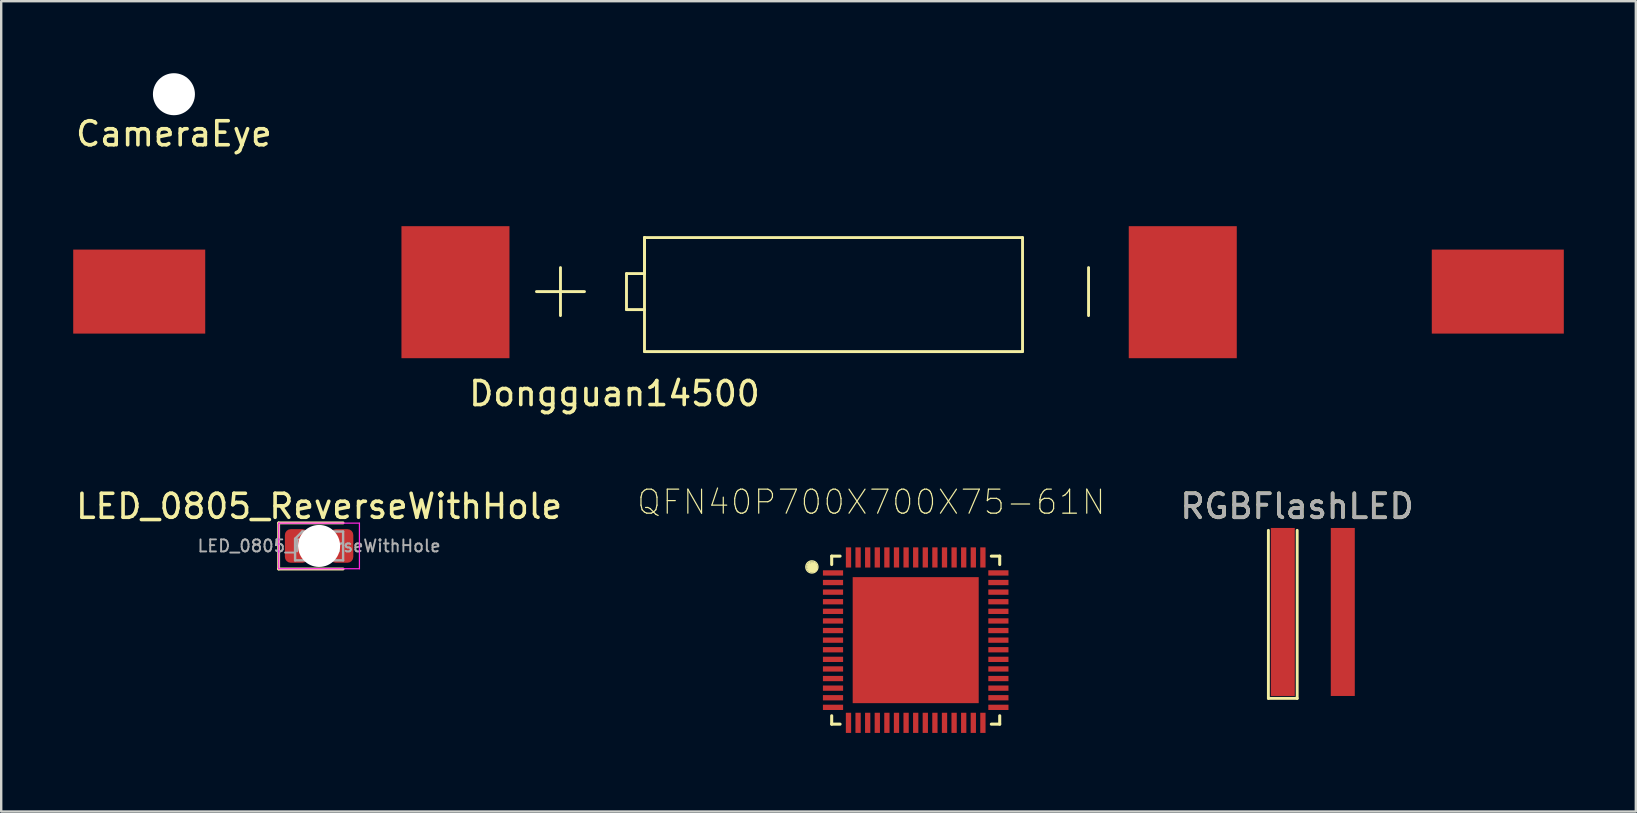
<source format=kicad_pcb>
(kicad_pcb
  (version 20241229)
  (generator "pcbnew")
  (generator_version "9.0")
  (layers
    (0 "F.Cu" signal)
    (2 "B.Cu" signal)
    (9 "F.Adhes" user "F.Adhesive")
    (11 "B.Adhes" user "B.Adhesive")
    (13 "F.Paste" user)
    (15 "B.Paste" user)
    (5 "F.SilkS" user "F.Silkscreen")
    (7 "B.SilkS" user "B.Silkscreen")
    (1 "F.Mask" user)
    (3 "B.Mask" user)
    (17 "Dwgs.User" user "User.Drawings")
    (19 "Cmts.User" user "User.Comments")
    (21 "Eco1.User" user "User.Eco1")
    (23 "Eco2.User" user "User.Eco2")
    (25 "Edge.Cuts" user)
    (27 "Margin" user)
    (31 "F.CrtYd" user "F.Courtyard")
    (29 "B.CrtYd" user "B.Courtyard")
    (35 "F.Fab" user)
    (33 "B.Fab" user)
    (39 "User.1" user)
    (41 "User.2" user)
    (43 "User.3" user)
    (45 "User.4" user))
  (footprint "Dongguan14500"
    (layer "F.Cu")
    (at 31.05 9.098)
    (property "Reference" "Dongguan14500" (at -8.5 4.25 0) (layer "F.SilkS") (effects (font (size 1 1) (thickness 0.15))))
    (attr through_hole)
    (fp_line (start -11.75 0) (end -9.75 0) (stroke (width 0.12) (type solid)) (layer "F.SilkS"))
    (fp_line (start -10.75 -1) (end -10.75 1) (stroke (width 0.12) (type solid)) (layer "F.SilkS"))
    (fp_line (start -8 -0.75) (end -8 0.75) (stroke (width 0.12) (type solid)) (layer "F.SilkS"))
    (fp_line (start -8 0.75) (end -7.25 0.75) (stroke (width 0.12) (type solid)) (layer "F.SilkS"))
    (fp_line (start -7.25 -2.25) (end -7.25 -0.75) (stroke (width 0.12) (type solid)) (layer "F.SilkS"))
    (fp_line (start -7.25 -2.25) (end 8.5 -2.25) (stroke (width 0.12) (type solid)) (layer "F.SilkS"))
    (fp_line (start -7.25 -0.75) (end -8 -0.75) (stroke (width 0.12) (type solid)) (layer "F.SilkS"))
    (fp_line (start -7.25 2.5) (end -7.25 -2.25) (stroke (width 0.12) (type solid)) (layer "F.SilkS"))
    (fp_line (start 8.5 -2.25) (end 8.5 2.5) (stroke (width 0.12) (type solid)) (layer "F.SilkS"))
    (fp_line (start 8.5 2.5) (end -7.25 2.5) (stroke (width 0.12) (type solid)) (layer "F.SilkS"))
    (fp_line (start 11.25 -1) (end 11.25 1) (stroke (width 0.12) (type solid)) (layer "F.SilkS"))
    (pad "1" smd rect (at -28.3 0) (size 5.5 3.5) (layers "F.Cu" "F.Mask" "F.Paste"))
    (pad "1" smd rect (at -15.125 0.025) (size 4.5 5.5) (layers "F.Cu" "F.Mask" "F.Paste"))
    (pad "2" smd rect (at 15.175 0.025) (size 4.5 5.5) (layers "F.Cu" "F.Mask" "F.Paste"))
    (pad "2" smd rect (at 28.3 0) (size 5.5 3.5) (layers "F.Cu" "F.Mask" "F.Paste")))
  (footprint "CameraEye"
    (layer "F.Cu")
    (at 4.196 0.875)
    (property "Reference" "CameraEye" (at 0 1.65 0) (layer "F.SilkS") (effects (font (size 1 1) (thickness 0.15))))
    (attr through_hole)
    (pad "" np_thru_hole circle (at 0 0) (size 1.75 1.75) (drill 1.75) (layers "*.Cu" "*.Mask")))
  (footprint "QFN40P700X700X75-61N"
    (layer "F.Cu")
    (at 35.099 23.619)
    (property "Reference" "QFN40P700X700X75-61N" (at -1.85 -5.75 0) (layer "F.SilkS") (effects (font (size 1 1) (thickness 0.05))))
    (attr smd)
    (fp_line (start -3.5 -3.5) (end -3.5 -3.15) (stroke (width 0.127) (type solid)) (layer "F.SilkS"))
    (fp_line (start -3.5 -3.5) (end -3.15 -3.5) (stroke (width 0.127) (type solid)) (layer "F.SilkS"))
    (fp_line (start -3.5 3.5) (end -3.5 3.15) (stroke (width 0.127) (type solid)) (layer "F.SilkS"))
    (fp_line (start -3.5 3.5) (end -3.15 3.5) (stroke (width 0.127) (type solid)) (layer "F.SilkS"))
    (fp_line (start 3.5 -3.5) (end 3.15 -3.5) (stroke (width 0.127) (type solid)) (layer "F.SilkS"))
    (fp_line (start 3.5 -3.5) (end 3.5 -3.15) (stroke (width 0.127) (type solid)) (layer "F.SilkS"))
    (fp_line (start 3.5 3.5) (end 3.15 3.5) (stroke (width 0.127) (type solid)) (layer "F.SilkS"))
    (fp_line (start 3.5 3.5) (end 3.5 3.15) (stroke (width 0.127) (type solid)) (layer "F.SilkS"))
    (fp_circle (center -4.4 -3.05) (end -4.375 -3.05) (stroke (width 0.05) (type solid)) (fill no) (layer "F.SilkS"))
    (fp_circle (center -4.35 -3.05) (end -4.225 -3.025) (stroke (width 0.05) (type solid)) (fill no) (layer "F.SilkS"))
    (fp_circle (center -4.325 -3.1) (end -4.325 -3.05) (stroke (width 0.05) (type solid)) (fill no) (layer "F.SilkS"))
    (fp_circle (center -4.325 -3.075) (end -4.325 -3.05) (stroke (width 0.05) (type solid)) (fill no) (layer "F.SilkS"))
    (fp_circle (center -4.325 -3.05) (end -4.575 -3) (stroke (width 0.05) (type solid)) (fill no) (layer "F.SilkS"))
    (fp_circle (center -4.325 -3.05) (end -4.5 -3.025) (stroke (width 0.05) (type solid)) (fill no) (layer "F.SilkS"))
    (fp_circle (center -4.325 -3.05) (end -4.475 -2.9) (stroke (width 0.05) (type solid)) (fill no) (layer "F.SilkS"))
    (fp_circle (center -4.325 -3.05) (end -4.3 -3.05) (stroke (width 0.05) (type solid)) (fill no) (layer "F.SilkS"))
    (fp_circle (center -4.325 -3.025) (end -4.325 -3.075) (stroke (width 0.05) (type solid)) (fill no) (layer "F.SilkS"))
    (fp_circle (center -4.325 -3.025) (end -4.325 -3.05) (stroke (width 0.05) (type solid)) (fill no) (layer "F.SilkS"))
    (fp_circle (center -4.3 -3.05) (end -4.425 -3.025) (stroke (width 0.05) (type solid)) (fill no) (layer "F.SilkS"))
    (fp_circle (center -4.285 -3.02) (end -4.085 -3.02) (stroke (width 0) (type solid)) (fill yes) (layer "F.SilkS"))
    (fp_circle (center -4.275 -3.05) (end -4.3 -3.05) (stroke (width 0.05) (type solid)) (fill no) (layer "F.SilkS"))
    (fp_poly (pts (xy -2.28 -2.28) (xy -0.34 -2.28) (xy -0.34 -0.34) (xy -2.28 -0.34)) (stroke (width 0) (type solid)) (fill yes) (layer "F.Paste"))
    (fp_poly (pts (xy -2.28 0.34) (xy -0.34 0.34) (xy -0.34 2.28) (xy -2.28 2.28)) (stroke (width 0) (type solid)) (fill yes) (layer "F.Paste"))
    (fp_poly (pts (xy 0.34 -2.28) (xy 2.28 -2.28) (xy 2.28 -0.34) (xy 0.34 -0.34)) (stroke (width 0) (type solid)) (fill yes) (layer "F.Paste"))
    (fp_poly (pts (xy 0.34 0.34) (xy 2.28 0.34) (xy 2.28 2.28) (xy 0.34 2.28)) (stroke (width 0) (type solid)) (fill yes) (layer "F.Paste"))
    (fp_line (start -4.115 -4.115) (end 4.115 -4.115) (stroke (width 0.05) (type solid)) (layer "Eco1.User"))
    (fp_line (start -4.115 4.115) (end -4.115 -4.115) (stroke (width 0.05) (type solid)) (layer "Eco1.User"))
    (fp_line (start -4.115 4.115) (end 4.115 4.115) (stroke (width 0.05) (type solid)) (layer "Eco1.User"))
    (fp_line (start 4.115 4.115) (end 4.115 -4.115) (stroke (width 0.05) (type solid)) (layer "Eco1.User"))
    (fp_line (start -3.5 3.5) (end -3.5 -3.5) (stroke (width 0.127) (type solid)) (layer "Eco2.User"))
    (fp_line (start 3.5 -3.5) (end -3.5 -3.5) (stroke (width 0.127) (type solid)) (layer "Eco2.User"))
    (fp_line (start 3.5 3.5) (end -3.5 3.5) (stroke (width 0.127) (type solid)) (layer "Eco2.User"))
    (fp_line (start 3.5 3.5) (end 3.5 -3.5) (stroke (width 0.127) (type solid)) (layer "Eco2.User"))
    (fp_circle (center -4.285 -3.02) (end -4.085 -3.02) (stroke (width 0) (type solid)) (fill yes) (layer "Eco2.User"))
    (pad "1" smd rect (at -3.445 -2.8) (size 0.84 0.22) (layers "F.Cu" "F.Mask" "F.Paste"))
    (pad "2" smd rect (at -3.445 -2.4) (size 0.84 0.22) (layers "F.Cu" "F.Mask" "F.Paste"))
    (pad "3" smd rect (at -3.445 -2) (size 0.84 0.22) (layers "F.Cu" "F.Mask" "F.Paste"))
    (pad "4" smd rect (at -3.445 -1.6) (size 0.84 0.22) (layers "F.Cu" "F.Mask" "F.Paste"))
    (pad "5" smd rect (at -3.445 -1.2) (size 0.84 0.22) (layers "F.Cu" "F.Mask" "F.Paste"))
    (pad "6" smd rect (at -3.445 -0.8) (size 0.84 0.22) (layers "F.Cu" "F.Mask" "F.Paste"))
    (pad "7" smd rect (at -3.445 -0.4) (size 0.84 0.22) (layers "F.Cu" "F.Mask" "F.Paste"))
    (pad "8" smd rect (at -3.445 0) (size 0.84 0.22) (layers "F.Cu" "F.Mask" "F.Paste"))
    (pad "9" smd rect (at -3.445 0.4) (size 0.84 0.22) (layers "F.Cu" "F.Mask" "F.Paste"))
    (pad "10" smd rect (at -3.445 0.8) (size 0.84 0.22) (layers "F.Cu" "F.Mask" "F.Paste"))
    (pad "11" smd rect (at -3.445 1.2) (size 0.84 0.22) (layers "F.Cu" "F.Mask" "F.Paste"))
    (pad "12" smd rect (at -3.445 1.6) (size 0.84 0.22) (layers "F.Cu" "F.Mask" "F.Paste"))
    (pad "13" smd rect (at -3.445 2) (size 0.84 0.22) (layers "F.Cu" "F.Mask" "F.Paste"))
    (pad "14" smd rect (at -3.445 2.4) (size 0.84 0.22) (layers "F.Cu" "F.Mask" "F.Paste"))
    (pad "15" smd rect (at -3.445 2.8) (size 0.84 0.22) (layers "F.Cu" "F.Mask" "F.Paste"))
    (pad "16" smd rect (at -2.8 3.445 90) (size 0.84 0.22) (layers "F.Cu" "F.Mask" "F.Paste"))
    (pad "17" smd rect (at -2.4 3.445 90) (size 0.84 0.22) (layers "F.Cu" "F.Mask" "F.Paste"))
    (pad "18" smd rect (at -2 3.445 90) (size 0.84 0.22) (layers "F.Cu" "F.Mask" "F.Paste"))
    (pad "19" smd rect (at -1.6 3.445 90) (size 0.84 0.22) (layers "F.Cu" "F.Mask" "F.Paste"))
    (pad "20" smd rect (at -1.2 3.445 90) (size 0.84 0.22) (layers "F.Cu" "F.Mask" "F.Paste"))
    (pad "21" smd rect (at -0.8 3.445 90) (size 0.84 0.22) (layers "F.Cu" "F.Mask" "F.Paste"))
    (pad "22" smd rect (at -0.4 3.445 90) (size 0.84 0.22) (layers "F.Cu" "F.Mask" "F.Paste"))
    (pad "23" smd rect (at 0 3.445 90) (size 0.84 0.22) (layers "F.Cu" "F.Mask" "F.Paste"))
    (pad "24" smd rect (at 0.4 3.445 90) (size 0.84 0.22) (layers "F.Cu" "F.Mask" "F.Paste"))
    (pad "25" smd rect (at 0.8 3.445 90) (size 0.84 0.22) (layers "F.Cu" "F.Mask" "F.Paste"))
    (pad "26" smd rect (at 1.2 3.445 90) (size 0.84 0.22) (layers "F.Cu" "F.Mask" "F.Paste"))
    (pad "27" smd rect (at 1.6 3.445 90) (size 0.84 0.22) (layers "F.Cu" "F.Mask" "F.Paste"))
    (pad "28" smd rect (at 2 3.445 90) (size 0.84 0.22) (layers "F.Cu" "F.Mask" "F.Paste"))
    (pad "29" smd rect (at 2.4 3.445 90) (size 0.84 0.22) (layers "F.Cu" "F.Mask" "F.Paste"))
    (pad "30" smd rect (at 2.8 3.445 90) (size 0.84 0.22) (layers "F.Cu" "F.Mask" "F.Paste"))
    (pad "31" smd rect (at 3.445 2.8) (size 0.84 0.22) (layers "F.Cu" "F.Mask" "F.Paste"))
    (pad "32" smd rect (at 3.445 2.4) (size 0.84 0.22) (layers "F.Cu" "F.Mask" "F.Paste"))
    (pad "33" smd rect (at 3.445 2) (size 0.84 0.22) (layers "F.Cu" "F.Mask" "F.Paste"))
    (pad "34" smd rect (at 3.445 1.6) (size 0.84 0.22) (layers "F.Cu" "F.Mask" "F.Paste"))
    (pad "35" smd rect (at 3.445 1.2) (size 0.84 0.22) (layers "F.Cu" "F.Mask" "F.Paste"))
    (pad "36" smd rect (at 3.445 0.8) (size 0.84 0.22) (layers "F.Cu" "F.Mask" "F.Paste"))
    (pad "37" smd rect (at 3.445 0.4) (size 0.84 0.22) (layers "F.Cu" "F.Mask" "F.Paste"))
    (pad "38" smd rect (at 3.445 0) (size 0.84 0.22) (layers "F.Cu" "F.Mask" "F.Paste"))
    (pad "39" smd rect (at 3.445 -0.4) (size 0.84 0.22) (layers "F.Cu" "F.Mask" "F.Paste"))
    (pad "40" smd rect (at 3.445 -0.8) (size 0.84 0.22) (layers "F.Cu" "F.Mask" "F.Paste"))
    (pad "41" smd rect (at 3.445 -1.2) (size 0.84 0.22) (layers "F.Cu" "F.Mask" "F.Paste"))
    (pad "42" smd rect (at 3.445 -1.6) (size 0.84 0.22) (layers "F.Cu" "F.Mask" "F.Paste"))
    (pad "43" smd rect (at 3.445 -2) (size 0.84 0.22) (layers "F.Cu" "F.Mask" "F.Paste"))
    (pad "44" smd rect (at 3.445 -2.4) (size 0.84 0.22) (layers "F.Cu" "F.Mask" "F.Paste"))
    (pad "45" smd rect (at 3.445 -2.8) (size 0.84 0.22) (layers "F.Cu" "F.Mask" "F.Paste"))
    (pad "46" smd rect (at 2.8 -3.445 90) (size 0.84 0.22) (layers "F.Cu" "F.Mask" "F.Paste"))
    (pad "47" smd rect (at 2.4 -3.445 90) (size 0.84 0.22) (layers "F.Cu" "F.Mask" "F.Paste"))
    (pad "48" smd rect (at 2 -3.445 90) (size 0.84 0.22) (layers "F.Cu" "F.Mask" "F.Paste"))
    (pad "49" smd rect (at 1.6 -3.445 90) (size 0.84 0.22) (layers "F.Cu" "F.Mask" "F.Paste"))
    (pad "50" smd rect (at 1.2 -3.445 90) (size 0.84 0.22) (layers "F.Cu" "F.Mask" "F.Paste"))
    (pad "51" smd rect (at 0.8 -3.445 90) (size 0.84 0.22) (layers "F.Cu" "F.Mask" "F.Paste"))
    (pad "52" smd rect (at 0.4 -3.445 90) (size 0.84 0.22) (layers "F.Cu" "F.Mask" "F.Paste"))
    (pad "53" smd rect (at 0 -3.445 90) (size 0.84 0.22) (layers "F.Cu" "F.Mask" "F.Paste"))
    (pad "54" smd rect (at -0.4 -3.445 90) (size 0.84 0.22) (layers "F.Cu" "F.Mask" "F.Paste"))
    (pad "55" smd rect (at -0.8 -3.445 90) (size 0.84 0.22) (layers "F.Cu" "F.Mask" "F.Paste"))
    (pad "56" smd rect (at -1.2 -3.445 90) (size 0.84 0.22) (layers "F.Cu" "F.Mask" "F.Paste"))
    (pad "57" smd rect (at -1.6 -3.445 90) (size 0.84 0.22) (layers "F.Cu" "F.Mask" "F.Paste"))
    (pad "58" smd rect (at -2 -3.445 90) (size 0.84 0.22) (layers "F.Cu" "F.Mask" "F.Paste"))
    (pad "59" smd rect (at -2.4 -3.445 90) (size 0.84 0.22) (layers "F.Cu" "F.Mask" "F.Paste"))
    (pad "60" smd rect (at -2.8 -3.445 90) (size 0.84 0.22) (layers "F.Cu" "F.Mask" "F.Paste"))
    (pad "61" smd rect (at 0 0) (size 5.25 5.25) (layers "F.Cu" "F.Mask" "F.Paste")))
  (footprint "LED_0805_ReverseWithHole"
    (layer "F.Cu")
    (at 10.244 19.695)
    (property "Reference" "LED_0805_ReverseWithHole" (at 0 -1.65 0) (layer "F.SilkS") (effects (font (size 1 1) (thickness 0.15))))
    (attr smd)
    (fp_line (start -1.685 -0.96) (end -1.685 0.96) (stroke (width 0.12) (type solid)) (layer "F.SilkS"))
    (fp_line (start -1.685 0.96) (end 1 0.96) (stroke (width 0.12) (type solid)) (layer "F.SilkS"))
    (fp_line (start 1 -0.96) (end -1.685 -0.96) (stroke (width 0.12) (type solid)) (layer "F.SilkS"))
    (fp_line (start -1.68 -0.95) (end 1.68 -0.95) (stroke (width 0.05) (type solid)) (layer "F.CrtYd"))
    (fp_line (start -1.68 0.95) (end -1.68 -0.95) (stroke (width 0.05) (type solid)) (layer "F.CrtYd"))
    (fp_line (start 1.68 -0.95) (end 1.68 0.95) (stroke (width 0.05) (type solid)) (layer "F.CrtYd"))
    (fp_line (start 1.68 0.95) (end -1.68 0.95) (stroke (width 0.05) (type solid)) (layer "F.CrtYd"))
    (fp_line (start -1 -0.3) (end -1 0.6) (stroke (width 0.1) (type solid)) (layer "F.Fab"))
    (fp_line (start -1 0.6) (end 1 0.6) (stroke (width 0.1) (type solid)) (layer "F.Fab"))
    (fp_line (start -0.7 -0.6) (end -1 -0.3) (stroke (width 0.1) (type solid)) (layer "F.Fab"))
    (fp_line (start 1 -0.6) (end -0.7 -0.6) (stroke (width 0.1) (type solid)) (layer "F.Fab"))
    (fp_line (start 1 0.6) (end 1 -0.6) (stroke (width 0.1) (type solid)) (layer "F.Fab"))
    (fp_text user "${REFERENCE}" (at 0 0 0) (layer "F.Fab") (effects (font (size 0.5 0.5) (thickness 0.08))))
    (pad "" np_thru_hole circle (at 0 0) (size 1.75 1.75) (drill 1.75) (layers "*.Cu" "*.Mask"))
    (pad "1" smd roundrect (at -0.938 0) (size 0.975 1.4) (layers "F.Cu" "F.Mask" "F.Paste") (roundrect_rratio 0.25))
    (pad "2" smd roundrect (at 0.938 0) (size 0.975 1.4) (layers "F.Cu" "F.Mask" "F.Paste") (roundrect_rratio 0.25)))
  (footprint "RGBFlashLED"
    (layer "F.Cu")
    (at 50.392 22.445)
    (property "Reference" "RGBFlashLED" (at 0.6 -4.4 0) (unlocked yes) (layer "F.SilkS") (effects (font (size 1 1) (thickness 0.15))))
    (fp_line (start -0.6 -3.4) (end -0.6 3.6) (stroke (width 0.12) (type solid)) (layer "F.SilkS"))
    (fp_line (start -0.6 3.6) (end 0.6 3.6) (stroke (width 0.12) (type solid)) (layer "F.SilkS"))
    (fp_line (start 0.6 3.6) (end 0.6 -3.4) (stroke (width 0.12) (type solid)) (layer "F.SilkS"))
    (fp_text user "${REFERENCE}" (at 0.6 -4.4 0) (unlocked yes) (layer "F.Fab") (effects (font (size 1 1) (thickness 0.15))))
    (pad "1" smd rect (at 0 0) (size 1 7) (layers "F.Cu" "F.Mask" "F.Paste"))
    (pad "2" smd rect (at 2.5 0) (size 1 7) (layers "F.Cu" "F.Mask" "F.Paste")))
  (gr_rect
    (start -3 -3)
    (end 65.1 30.759)
    (stroke (width 0.1) (type default))
    (fill no)
    (layer "Edge.Cuts")))
</source>
